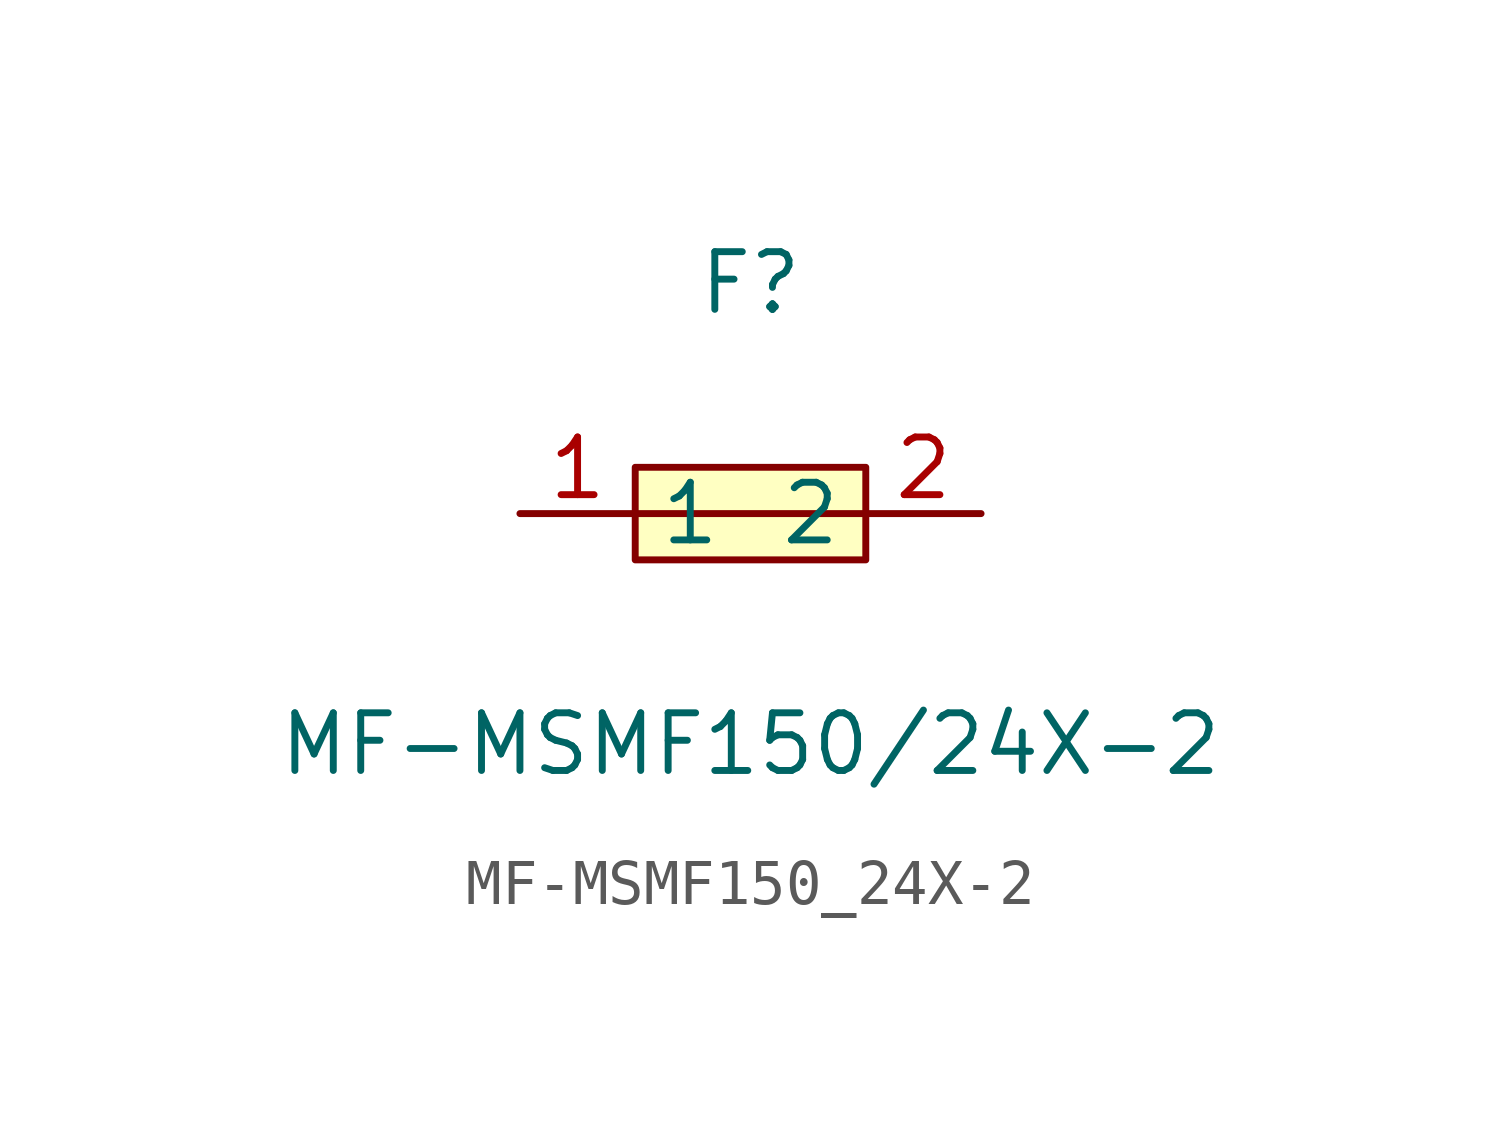
<source format=kicad_sym>
(kicad_symbol_lib
  (version 20211014)
  (generator https://github.com/uPesy/easyeda2kicad.py)
  (symbol "MF-MSMF150_24X-2"
    (property "Reference" "F"
      (at 0 5.08 0)
      (effects (font (size 1.27 1.27))))
    (property "Value" "MF-MSMF150/24X-2"
      (at 0 -5.08 0)
      (effects (font (size 1.27 1.27))))
    (symbol "MF-MSMF150_24X-2_0_1"
      (rectangle (start -2.54 1.02) (end 2.54 -1.02) (stroke (width 0) (type default) (color 0 0 0 0)) (fill (type background)))
      (polyline (pts (xy -2.54 -0.00) (xy 2.54 -0.00)) (stroke (width 0) (type default) (color 0 0 0 0)) (fill (type none)))
      (pin unspecified line (at 5.08 -0.00 180) (length 2.54) (name "2" (effects (font (size 1.27 1.27)))) (number "2" (effects (font (size 1.27 1.27)))))
      (pin unspecified line (at -5.08 -0.00 0) (length 2.54) (name "1" (effects (font (size 1.27 1.27)))) (number "1" (effects (font (size 1.27 1.27))))))))
</source>
